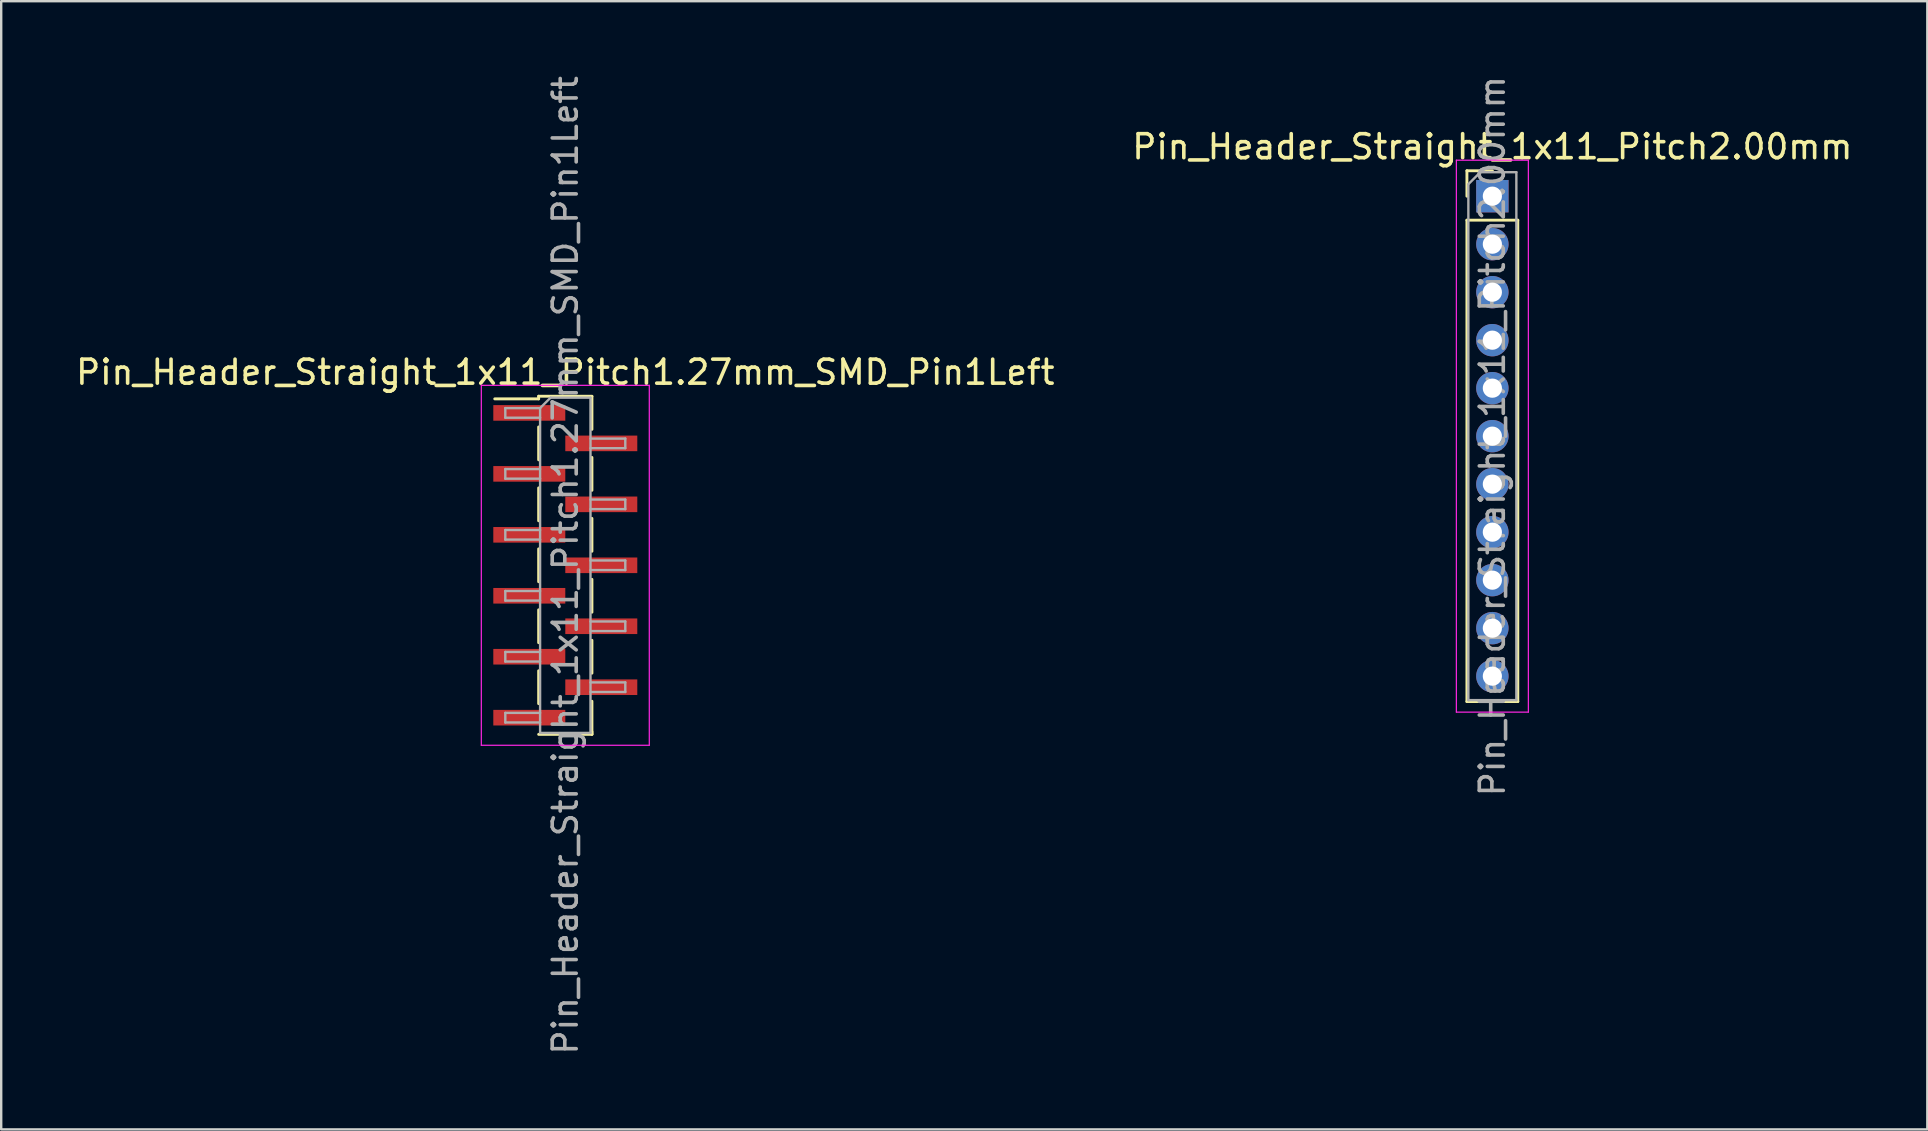
<source format=kicad_pcb>
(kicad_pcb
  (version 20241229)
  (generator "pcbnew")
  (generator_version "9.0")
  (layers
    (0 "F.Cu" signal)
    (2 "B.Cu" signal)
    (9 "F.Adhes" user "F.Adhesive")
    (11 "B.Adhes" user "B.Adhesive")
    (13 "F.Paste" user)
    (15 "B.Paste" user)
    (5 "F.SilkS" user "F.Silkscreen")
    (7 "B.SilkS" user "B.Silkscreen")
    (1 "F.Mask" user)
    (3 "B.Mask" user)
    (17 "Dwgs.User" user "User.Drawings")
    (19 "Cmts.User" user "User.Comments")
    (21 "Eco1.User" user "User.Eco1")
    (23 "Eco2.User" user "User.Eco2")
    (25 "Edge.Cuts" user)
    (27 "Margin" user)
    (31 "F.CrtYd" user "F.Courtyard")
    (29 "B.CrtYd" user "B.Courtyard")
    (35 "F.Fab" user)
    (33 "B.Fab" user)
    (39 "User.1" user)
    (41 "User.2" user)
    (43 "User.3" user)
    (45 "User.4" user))
  (footprint "Pin_Header_Straight_1x11_Pitch2.00mm"
    (layer "F.Cu")
    (at 59.137 5.125)
    (property "Reference" "Pin_Header_Straight_1x11_Pitch2.00mm" (at 0 -2.06 0) (layer "F.SilkS") (effects (font (size 1 1) (thickness 0.15))))
    (attr through_hole)
    (fp_line (start -1.06 -1.06) (end 0 -1.06) (stroke (width 0.12) (type solid)) (layer "F.SilkS"))
    (fp_line (start -1.06 0) (end -1.06 -1.06) (stroke (width 0.12) (type solid)) (layer "F.SilkS"))
    (fp_line (start -1.06 1) (end -1.06 21.06) (stroke (width 0.12) (type solid)) (layer "F.SilkS"))
    (fp_line (start -1.06 1) (end 1.06 1) (stroke (width 0.12) (type solid)) (layer "F.SilkS"))
    (fp_line (start -1.06 21.06) (end 1.06 21.06) (stroke (width 0.12) (type solid)) (layer "F.SilkS"))
    (fp_line (start 1.06 1) (end 1.06 21.06) (stroke (width 0.12) (type solid)) (layer "F.SilkS"))
    (fp_line (start -1.5 -1.5) (end -1.5 21.5) (stroke (width 0.05) (type solid)) (layer "F.CrtYd"))
    (fp_line (start -1.5 21.5) (end 1.5 21.5) (stroke (width 0.05) (type solid)) (layer "F.CrtYd"))
    (fp_line (start 1.5 -1.5) (end -1.5 -1.5) (stroke (width 0.05) (type solid)) (layer "F.CrtYd"))
    (fp_line (start 1.5 21.5) (end 1.5 -1.5) (stroke (width 0.05) (type solid)) (layer "F.CrtYd"))
    (fp_line (start -1 -0.5) (end -0.5 -1) (stroke (width 0.1) (type solid)) (layer "F.Fab"))
    (fp_line (start -1 21) (end -1 -0.5) (stroke (width 0.1) (type solid)) (layer "F.Fab"))
    (fp_line (start -0.5 -1) (end 1 -1) (stroke (width 0.1) (type solid)) (layer "F.Fab"))
    (fp_line (start 1 -1) (end 1 21) (stroke (width 0.1) (type solid)) (layer "F.Fab"))
    (fp_line (start 1 21) (end -1 21) (stroke (width 0.1) (type solid)) (layer "F.Fab"))
    (fp_text user "${REFERENCE}" (at 0 10 90) (layer "F.Fab") (effects (font (size 1 1) (thickness 0.15))))
    (pad "1" thru_hole rect (at 0 0) (size 1.35 1.35) (drill 0.8) (layers "*.Cu" "*.Mask"))
    (pad "2" thru_hole oval (at 0 2) (size 1.35 1.35) (drill 0.8) (layers "*.Cu" "*.Mask"))
    (pad "3" thru_hole oval (at 0 4) (size 1.35 1.35) (drill 0.8) (layers "*.Cu" "*.Mask"))
    (pad "4" thru_hole oval (at 0 6) (size 1.35 1.35) (drill 0.8) (layers "*.Cu" "*.Mask"))
    (pad "5" thru_hole oval (at 0 8) (size 1.35 1.35) (drill 0.8) (layers "*.Cu" "*.Mask"))
    (pad "6" thru_hole oval (at 0 10) (size 1.35 1.35) (drill 0.8) (layers "*.Cu" "*.Mask"))
    (pad "7" thru_hole oval (at 0 12) (size 1.35 1.35) (drill 0.8) (layers "*.Cu" "*.Mask"))
    (pad "8" thru_hole oval (at 0 14) (size 1.35 1.35) (drill 0.8) (layers "*.Cu" "*.Mask"))
    (pad "9" thru_hole oval (at 0 16) (size 1.35 1.35) (drill 0.8) (layers "*.Cu" "*.Mask"))
    (pad "10" thru_hole oval (at 0 18) (size 1.35 1.35) (drill 0.8) (layers "*.Cu" "*.Mask"))
    (pad "11" thru_hole oval (at 0 20) (size 1.35 1.35) (drill 0.8) (layers "*.Cu" "*.Mask")))
  (footprint "Pin_Header_Straight_1x11_Pitch1.27mm_SMD_Pin1Left"
    (layer "F.Cu")
    (at 20.506 20.506)
    (property "Reference" "Pin_Header_Straight_1x11_Pitch1.27mm_SMD_Pin1Left" (at 0 -8.045 0) (layer "F.SilkS") (effects (font (size 1 1) (thickness 0.15))))
    (attr smd)
    (fp_line (start -1.11 -7.045) (end -1.11 -6.935) (stroke (width 0.12) (type solid)) (layer "F.SilkS"))
    (fp_line (start -1.11 -7.045) (end 1.11 -7.045) (stroke (width 0.12) (type solid)) (layer "F.SilkS"))
    (fp_line (start -1.11 -6.935) (end -2.94 -6.935) (stroke (width 0.12) (type solid)) (layer "F.SilkS"))
    (fp_line (start -1.11 -5.765) (end -1.11 -4.395) (stroke (width 0.12) (type solid)) (layer "F.SilkS"))
    (fp_line (start -1.11 -3.225) (end -1.11 -1.855) (stroke (width 0.12) (type solid)) (layer "F.SilkS"))
    (fp_line (start -1.11 -0.685) (end -1.11 0.685) (stroke (width 0.12) (type solid)) (layer "F.SilkS"))
    (fp_line (start -1.11 1.855) (end -1.11 3.225) (stroke (width 0.12) (type solid)) (layer "F.SilkS"))
    (fp_line (start -1.11 4.395) (end -1.11 5.765) (stroke (width 0.12) (type solid)) (layer "F.SilkS"))
    (fp_line (start -1.11 7.045) (end 1.11 7.045) (stroke (width 0.12) (type solid)) (layer "F.SilkS"))
    (fp_line (start 1.11 -7.035) (end 1.11 -5.665) (stroke (width 0.12) (type solid)) (layer "F.SilkS"))
    (fp_line (start 1.11 -4.495) (end 1.11 -3.125) (stroke (width 0.12) (type solid)) (layer "F.SilkS"))
    (fp_line (start 1.11 -1.955) (end 1.11 -0.585) (stroke (width 0.12) (type solid)) (layer "F.SilkS"))
    (fp_line (start 1.11 0.585) (end 1.11 1.955) (stroke (width 0.12) (type solid)) (layer "F.SilkS"))
    (fp_line (start 1.11 3.125) (end 1.11 4.495) (stroke (width 0.12) (type solid)) (layer "F.SilkS"))
    (fp_line (start 1.11 5.665) (end 1.11 7.035) (stroke (width 0.12) (type solid)) (layer "F.SilkS"))
    (fp_line (start 1.11 6.935) (end 1.11 7.045) (stroke (width 0.12) (type solid)) (layer "F.SilkS"))
    (fp_line (start -3.5 -7.5) (end -3.5 7.5) (stroke (width 0.05) (type solid)) (layer "F.CrtYd"))
    (fp_line (start -3.5 7.5) (end 3.5 7.5) (stroke (width 0.05) (type solid)) (layer "F.CrtYd"))
    (fp_line (start 3.5 -7.5) (end -3.5 -7.5) (stroke (width 0.05) (type solid)) (layer "F.CrtYd"))
    (fp_line (start 3.5 7.5) (end 3.5 -7.5) (stroke (width 0.05) (type solid)) (layer "F.CrtYd"))
    (fp_line (start -2.5 -6.55) (end -2.5 -6.15) (stroke (width 0.1) (type solid)) (layer "F.Fab"))
    (fp_line (start -2.5 -6.15) (end -1.05 -6.15) (stroke (width 0.1) (type solid)) (layer "F.Fab"))
    (fp_line (start -2.5 -4.01) (end -2.5 -3.61) (stroke (width 0.1) (type solid)) (layer "F.Fab"))
    (fp_line (start -2.5 -3.61) (end -1.05 -3.61) (stroke (width 0.1) (type solid)) (layer "F.Fab"))
    (fp_line (start -2.5 -1.47) (end -2.5 -1.07) (stroke (width 0.1) (type solid)) (layer "F.Fab"))
    (fp_line (start -2.5 -1.07) (end -1.05 -1.07) (stroke (width 0.1) (type solid)) (layer "F.Fab"))
    (fp_line (start -2.5 1.07) (end -2.5 1.47) (stroke (width 0.1) (type solid)) (layer "F.Fab"))
    (fp_line (start -2.5 1.47) (end -1.05 1.47) (stroke (width 0.1) (type solid)) (layer "F.Fab"))
    (fp_line (start -2.5 3.61) (end -2.5 4.01) (stroke (width 0.1) (type solid)) (layer "F.Fab"))
    (fp_line (start -2.5 4.01) (end -1.05 4.01) (stroke (width 0.1) (type solid)) (layer "F.Fab"))
    (fp_line (start -2.5 6.15) (end -2.5 6.55) (stroke (width 0.1) (type solid)) (layer "F.Fab"))
    (fp_line (start -2.5 6.55) (end -1.05 6.55) (stroke (width 0.1) (type solid)) (layer "F.Fab"))
    (fp_line (start -1.05 -6.55) (end -2.5 -6.55) (stroke (width 0.1) (type solid)) (layer "F.Fab"))
    (fp_line (start -1.05 -6.55) (end -0.615 -6.985) (stroke (width 0.1) (type solid)) (layer "F.Fab"))
    (fp_line (start -1.05 -4.01) (end -2.5 -4.01) (stroke (width 0.1) (type solid)) (layer "F.Fab"))
    (fp_line (start -1.05 -1.47) (end -2.5 -1.47) (stroke (width 0.1) (type solid)) (layer "F.Fab"))
    (fp_line (start -1.05 1.07) (end -2.5 1.07) (stroke (width 0.1) (type solid)) (layer "F.Fab"))
    (fp_line (start -1.05 3.61) (end -2.5 3.61) (stroke (width 0.1) (type solid)) (layer "F.Fab"))
    (fp_line (start -1.05 6.15) (end -2.5 6.15) (stroke (width 0.1) (type solid)) (layer "F.Fab"))
    (fp_line (start -1.05 6.985) (end -1.05 -6.55) (stroke (width 0.1) (type solid)) (layer "F.Fab"))
    (fp_line (start -0.615 -6.985) (end 1.05 -6.985) (stroke (width 0.1) (type solid)) (layer "F.Fab"))
    (fp_line (start 1.05 -6.985) (end 1.05 6.985) (stroke (width 0.1) (type solid)) (layer "F.Fab"))
    (fp_line (start 1.05 -5.28) (end 2.5 -5.28) (stroke (width 0.1) (type solid)) (layer "F.Fab"))
    (fp_line (start 1.05 -2.74) (end 2.5 -2.74) (stroke (width 0.1) (type solid)) (layer "F.Fab"))
    (fp_line (start 1.05 -0.2) (end 2.5 -0.2) (stroke (width 0.1) (type solid)) (layer "F.Fab"))
    (fp_line (start 1.05 2.34) (end 2.5 2.34) (stroke (width 0.1) (type solid)) (layer "F.Fab"))
    (fp_line (start 1.05 4.88) (end 2.5 4.88) (stroke (width 0.1) (type solid)) (layer "F.Fab"))
    (fp_line (start 1.05 6.985) (end -1.05 6.985) (stroke (width 0.1) (type solid)) (layer "F.Fab"))
    (fp_line (start 2.5 -5.28) (end 2.5 -4.88) (stroke (width 0.1) (type solid)) (layer "F.Fab"))
    (fp_line (start 2.5 -4.88) (end 1.05 -4.88) (stroke (width 0.1) (type solid)) (layer "F.Fab"))
    (fp_line (start 2.5 -2.74) (end 2.5 -2.34) (stroke (width 0.1) (type solid)) (layer "F.Fab"))
    (fp_line (start 2.5 -2.34) (end 1.05 -2.34) (stroke (width 0.1) (type solid)) (layer "F.Fab"))
    (fp_line (start 2.5 -0.2) (end 2.5 0.2) (stroke (width 0.1) (type solid)) (layer "F.Fab"))
    (fp_line (start 2.5 0.2) (end 1.05 0.2) (stroke (width 0.1) (type solid)) (layer "F.Fab"))
    (fp_line (start 2.5 2.34) (end 2.5 2.74) (stroke (width 0.1) (type solid)) (layer "F.Fab"))
    (fp_line (start 2.5 2.74) (end 1.05 2.74) (stroke (width 0.1) (type solid)) (layer "F.Fab"))
    (fp_line (start 2.5 4.88) (end 2.5 5.28) (stroke (width 0.1) (type solid)) (layer "F.Fab"))
    (fp_line (start 2.5 5.28) (end 1.05 5.28) (stroke (width 0.1) (type solid)) (layer "F.Fab"))
    (fp_text user "${REFERENCE}" (at 0 0 90) (layer "F.Fab") (effects (font (size 1 1) (thickness 0.15))))
    (pad "1" smd rect (at -1.5 -6.35) (size 3 0.65) (layers "F.Cu" "F.Mask" "F.Paste"))
    (pad "2" smd rect (at 1.5 -5.08) (size 3 0.65) (layers "F.Cu" "F.Mask" "F.Paste"))
    (pad "3" smd rect (at -1.5 -3.81) (size 3 0.65) (layers "F.Cu" "F.Mask" "F.Paste"))
    (pad "4" smd rect (at 1.5 -2.54) (size 3 0.65) (layers "F.Cu" "F.Mask" "F.Paste"))
    (pad "5" smd rect (at -1.5 -1.27) (size 3 0.65) (layers "F.Cu" "F.Mask" "F.Paste"))
    (pad "6" smd rect (at 1.5 0) (size 3 0.65) (layers "F.Cu" "F.Mask" "F.Paste"))
    (pad "7" smd rect (at -1.5 1.27) (size 3 0.65) (layers "F.Cu" "F.Mask" "F.Paste"))
    (pad "8" smd rect (at 1.5 2.54) (size 3 0.65) (layers "F.Cu" "F.Mask" "F.Paste"))
    (pad "9" smd rect (at -1.5 3.81) (size 3 0.65) (layers "F.Cu" "F.Mask" "F.Paste"))
    (pad "10" smd rect (at 1.5 5.08) (size 3 0.65) (layers "F.Cu" "F.Mask" "F.Paste"))
    (pad "11" smd rect (at -1.5 6.35) (size 3 0.65) (layers "F.Cu" "F.Mask" "F.Paste")))
  (gr_rect
    (start -3 -3)
    (end 77.262 44.012)
    (stroke (width 0.1) (type default))
    (fill no)
    (layer "Edge.Cuts")))
</source>
